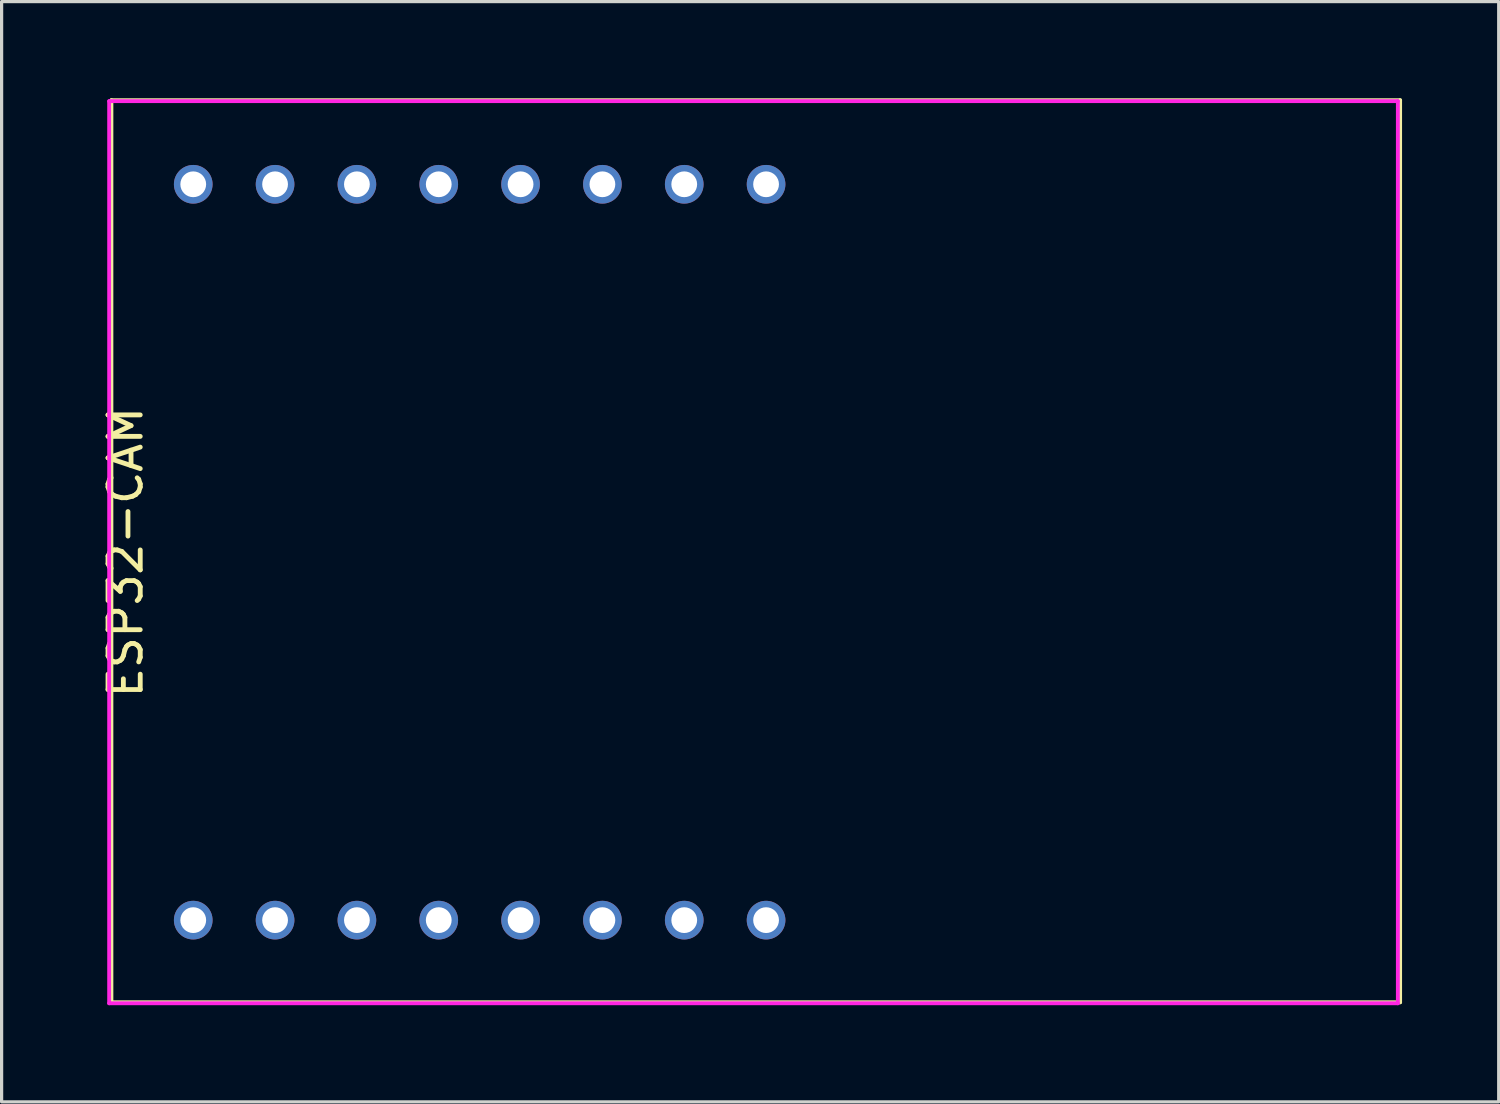
<source format=kicad_pcb>
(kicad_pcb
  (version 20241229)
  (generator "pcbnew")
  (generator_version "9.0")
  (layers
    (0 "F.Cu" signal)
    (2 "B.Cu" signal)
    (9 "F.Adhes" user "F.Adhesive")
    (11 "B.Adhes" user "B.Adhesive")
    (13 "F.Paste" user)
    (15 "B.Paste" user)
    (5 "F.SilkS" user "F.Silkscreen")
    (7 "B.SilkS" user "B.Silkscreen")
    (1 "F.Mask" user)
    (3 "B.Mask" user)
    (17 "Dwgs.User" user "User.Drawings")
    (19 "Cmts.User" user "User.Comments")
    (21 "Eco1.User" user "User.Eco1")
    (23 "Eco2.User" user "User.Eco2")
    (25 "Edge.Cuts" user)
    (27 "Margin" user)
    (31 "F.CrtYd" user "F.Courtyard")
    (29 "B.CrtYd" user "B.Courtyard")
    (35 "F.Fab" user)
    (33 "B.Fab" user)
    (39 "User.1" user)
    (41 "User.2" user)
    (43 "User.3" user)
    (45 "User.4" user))
  (footprint "ESP32-CAM"
    (layer "F.Cu")
    (at 11.838 14.09)
    (property "Reference" "ESP32-CAM" (at -10.99 0 90) (layer "F.SilkS") (effects (font (size 1 1) (thickness 0.15))))
    (attr through_hole)
    (fp_line (start -11.43 -14.03) (end -11.43 13.97) (stroke (width 0.12) (type solid)) (layer "F.SilkS"))
    (fp_line (start -11.43 13.97) (end 28.57 13.97) (stroke (width 0.12) (type solid)) (layer "F.SilkS"))
    (fp_line (start 28.57 -14.03) (end -11.43 -14.03) (stroke (width 0.12) (type solid)) (layer "F.SilkS"))
    (fp_line (start 28.57 13.97) (end 28.57 -14.03) (stroke (width 0.12) (type solid)) (layer "F.SilkS"))
    (fp_line (start -11.5 -14) (end -11.5 14) (stroke (width 0.12) (type solid)) (layer "F.CrtYd"))
    (fp_line (start -11.5 14) (end 28.5 14) (stroke (width 0.12) (type solid)) (layer "F.CrtYd"))
    (fp_line (start 28.5 -14) (end -11.5 -14) (stroke (width 0.12) (type solid)) (layer "F.CrtYd"))
    (fp_line (start 28.5 14) (end 28.5 -14) (stroke (width 0.12) (type solid)) (layer "F.CrtYd"))
    (pad "1" thru_hole circle (at -8.89 11.42) (size 1.2 1.2) (drill 0.8) (layers "*.Cu" "*.Mask"))
    (pad "2" thru_hole circle (at -6.35 11.42) (size 1.2 1.2) (drill 0.8) (layers "*.Cu" "*.Mask"))
    (pad "3" thru_hole circle (at -3.81 11.42) (size 1.2 1.2) (drill 0.8) (layers "*.Cu" "*.Mask"))
    (pad "4" thru_hole circle (at -1.27 11.42) (size 1.2 1.2) (drill 0.8) (layers "*.Cu" "*.Mask"))
    (pad "5" thru_hole circle (at 1.27 11.42) (size 1.2 1.2) (drill 0.8) (layers "*.Cu" "*.Mask"))
    (pad "6" thru_hole circle (at 3.81 11.42) (size 1.2 1.2) (drill 0.8) (layers "*.Cu" "*.Mask"))
    (pad "7" thru_hole circle (at 6.35 11.42) (size 1.2 1.2) (drill 0.8) (layers "*.Cu" "*.Mask"))
    (pad "8" thru_hole circle (at 8.89 11.42) (size 1.2 1.2) (drill 0.8) (layers "*.Cu" "*.Mask"))
    (pad "9" thru_hole circle (at 8.89 -11.42) (size 1.2 1.2) (drill 0.8) (layers "*.Cu" "*.Mask"))
    (pad "10" thru_hole circle (at 6.35 -11.42) (size 1.2 1.2) (drill 0.8) (layers "*.Cu" "*.Mask"))
    (pad "11" thru_hole circle (at 3.81 -11.42) (size 1.2 1.2) (drill 0.8) (layers "*.Cu" "*.Mask"))
    (pad "12" thru_hole circle (at 1.27 -11.42) (size 1.2 1.2) (drill 0.8) (layers "*.Cu" "*.Mask"))
    (pad "13" thru_hole circle (at -1.27 -11.42) (size 1.2 1.2) (drill 0.8) (layers "*.Cu" "*.Mask"))
    (pad "14" thru_hole circle (at -3.81 -11.42) (size 1.2 1.2) (drill 0.8) (layers "*.Cu" "*.Mask"))
    (pad "15" thru_hole circle (at -6.35 -11.42) (size 1.2 1.2) (drill 0.8) (layers "*.Cu" "*.Mask"))
    (pad "16" thru_hole circle (at -8.89 -11.42) (size 1.2 1.2) (drill 0.8) (layers "*.Cu" "*.Mask")))
  (gr_rect
    (start -3 -3)
    (end 43.468 31.15)
    (stroke (width 0.1) (type default))
    (fill no)
    (layer "Edge.Cuts")))
</source>
